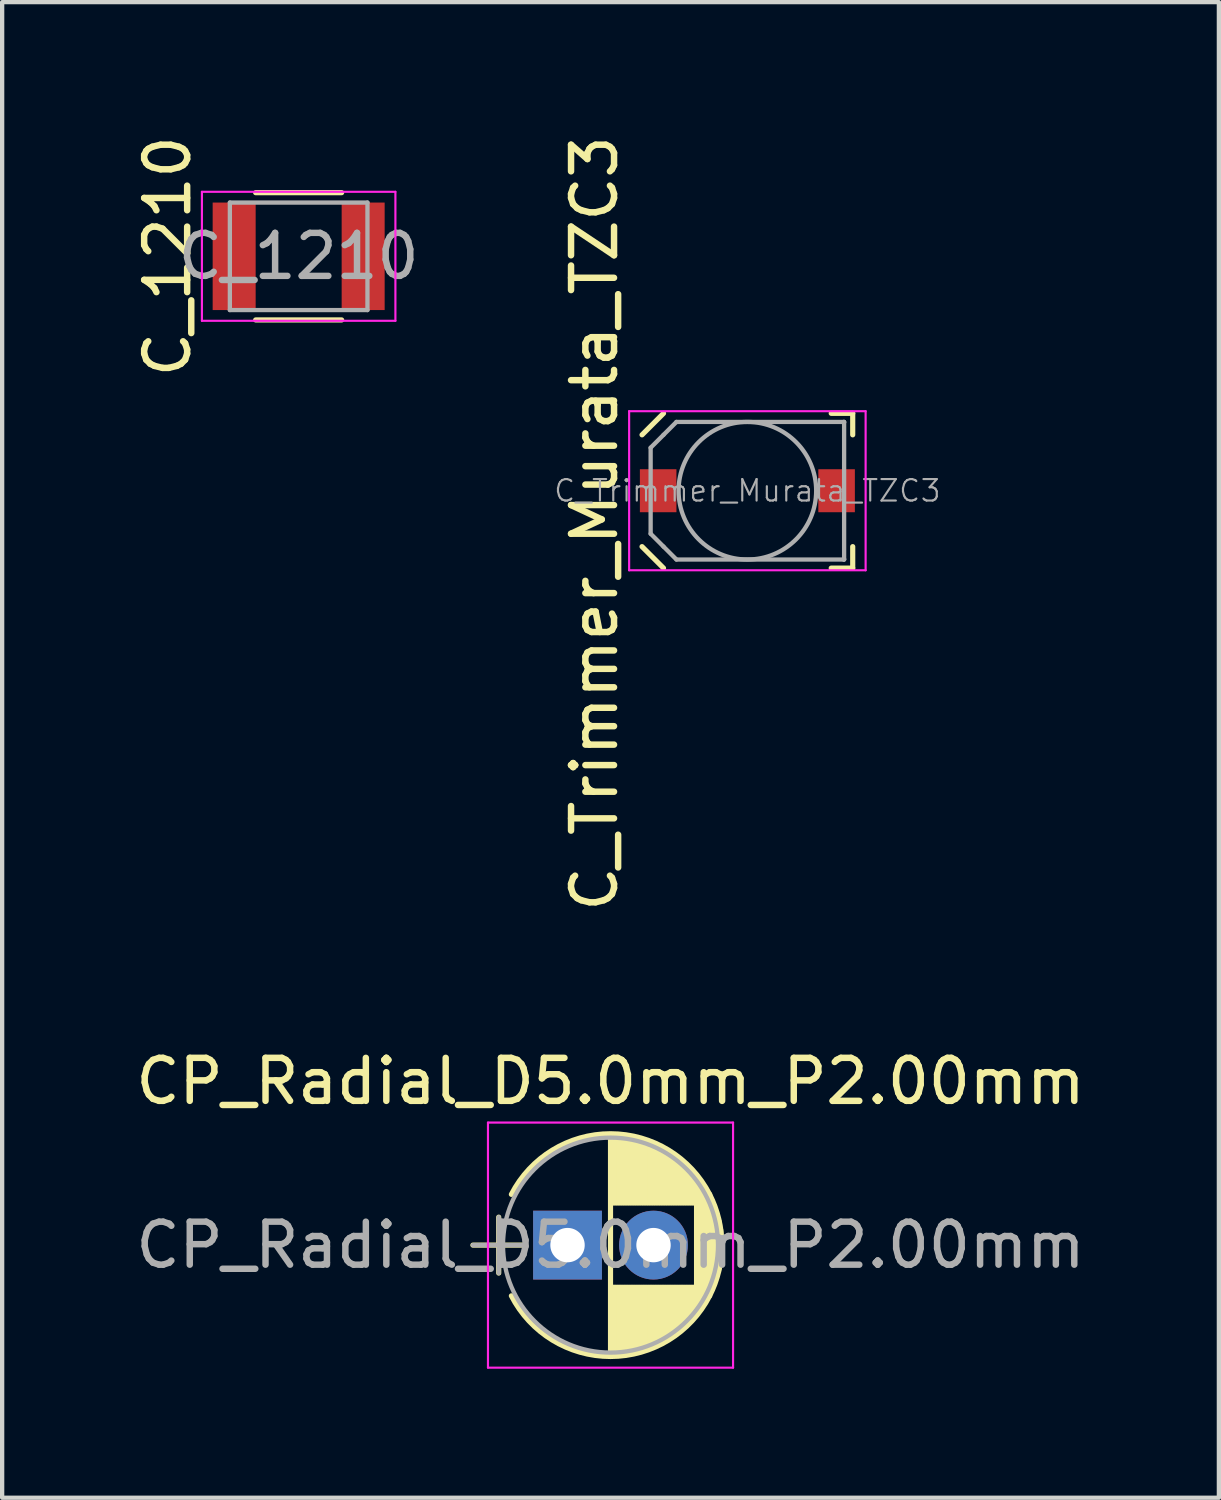
<source format=kicad_pcb>
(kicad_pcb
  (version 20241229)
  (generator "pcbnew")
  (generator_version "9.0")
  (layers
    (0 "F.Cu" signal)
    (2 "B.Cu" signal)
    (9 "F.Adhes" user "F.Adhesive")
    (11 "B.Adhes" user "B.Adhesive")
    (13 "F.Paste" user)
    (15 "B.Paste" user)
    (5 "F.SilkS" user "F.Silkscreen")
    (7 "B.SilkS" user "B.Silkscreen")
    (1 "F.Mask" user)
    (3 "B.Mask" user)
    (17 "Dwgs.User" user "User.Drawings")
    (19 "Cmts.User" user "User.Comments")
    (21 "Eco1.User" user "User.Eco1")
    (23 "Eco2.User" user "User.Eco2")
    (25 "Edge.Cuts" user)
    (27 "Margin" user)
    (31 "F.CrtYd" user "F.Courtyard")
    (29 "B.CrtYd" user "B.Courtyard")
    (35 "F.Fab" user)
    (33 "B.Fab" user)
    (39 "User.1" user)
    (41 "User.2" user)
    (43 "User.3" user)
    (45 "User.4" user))
  (footprint "CP_Radial_D5.0mm_P2.00mm"
    (layer "F.Cu")
    (at 10.149 25.908)
    (property "Reference" "CP_Radial_D5.0mm_P2.00mm" (at 1 -3.81 0) (layer "F.SilkS") (effects (font (size 1 1) (thickness 0.15))))
    (attr through_hole)
    (fp_line (start -2.2 0) (end -1 0) (stroke (width 0.12) (type solid)) (layer "F.SilkS"))
    (fp_line (start -1.6 -0.65) (end -1.6 0.65) (stroke (width 0.12) (type solid)) (layer "F.SilkS"))
    (fp_line (start 1 -2.55) (end 1 2.55) (stroke (width 0.12) (type solid)) (layer "F.SilkS"))
    (fp_line (start 1.04 -2.55) (end 1.04 -0.98) (stroke (width 0.12) (type solid)) (layer "F.SilkS"))
    (fp_line (start 1.04 0.98) (end 1.04 2.55) (stroke (width 0.12) (type solid)) (layer "F.SilkS"))
    (fp_line (start 1.08 -2.549) (end 1.08 -0.98) (stroke (width 0.12) (type solid)) (layer "F.SilkS"))
    (fp_line (start 1.08 0.98) (end 1.08 2.549) (stroke (width 0.12) (type solid)) (layer "F.SilkS"))
    (fp_line (start 1.12 -2.548) (end 1.12 -0.98) (stroke (width 0.12) (type solid)) (layer "F.SilkS"))
    (fp_line (start 1.12 0.98) (end 1.12 2.548) (stroke (width 0.12) (type solid)) (layer "F.SilkS"))
    (fp_line (start 1.16 -2.546) (end 1.16 -0.98) (stroke (width 0.12) (type solid)) (layer "F.SilkS"))
    (fp_line (start 1.16 0.98) (end 1.16 2.546) (stroke (width 0.12) (type solid)) (layer "F.SilkS"))
    (fp_line (start 1.2 -2.543) (end 1.2 -0.98) (stroke (width 0.12) (type solid)) (layer "F.SilkS"))
    (fp_line (start 1.2 0.98) (end 1.2 2.543) (stroke (width 0.12) (type solid)) (layer "F.SilkS"))
    (fp_line (start 1.24 -2.539) (end 1.24 -0.98) (stroke (width 0.12) (type solid)) (layer "F.SilkS"))
    (fp_line (start 1.24 0.98) (end 1.24 2.539) (stroke (width 0.12) (type solid)) (layer "F.SilkS"))
    (fp_line (start 1.28 -2.535) (end 1.28 -0.98) (stroke (width 0.12) (type solid)) (layer "F.SilkS"))
    (fp_line (start 1.28 0.98) (end 1.28 2.535) (stroke (width 0.12) (type solid)) (layer "F.SilkS"))
    (fp_line (start 1.32 -2.531) (end 1.32 -0.98) (stroke (width 0.12) (type solid)) (layer "F.SilkS"))
    (fp_line (start 1.32 0.98) (end 1.32 2.531) (stroke (width 0.12) (type solid)) (layer "F.SilkS"))
    (fp_line (start 1.36 -2.525) (end 1.36 -0.98) (stroke (width 0.12) (type solid)) (layer "F.SilkS"))
    (fp_line (start 1.36 0.98) (end 1.36 2.525) (stroke (width 0.12) (type solid)) (layer "F.SilkS"))
    (fp_line (start 1.4 -2.519) (end 1.4 -0.98) (stroke (width 0.12) (type solid)) (layer "F.SilkS"))
    (fp_line (start 1.4 0.98) (end 1.4 2.519) (stroke (width 0.12) (type solid)) (layer "F.SilkS"))
    (fp_line (start 1.44 -2.513) (end 1.44 -0.98) (stroke (width 0.12) (type solid)) (layer "F.SilkS"))
    (fp_line (start 1.44 0.98) (end 1.44 2.513) (stroke (width 0.12) (type solid)) (layer "F.SilkS"))
    (fp_line (start 1.48 -2.506) (end 1.48 -0.98) (stroke (width 0.12) (type solid)) (layer "F.SilkS"))
    (fp_line (start 1.48 0.98) (end 1.48 2.506) (stroke (width 0.12) (type solid)) (layer "F.SilkS"))
    (fp_line (start 1.52 -2.498) (end 1.52 -0.98) (stroke (width 0.12) (type solid)) (layer "F.SilkS"))
    (fp_line (start 1.52 0.98) (end 1.52 2.498) (stroke (width 0.12) (type solid)) (layer "F.SilkS"))
    (fp_line (start 1.56 -2.489) (end 1.56 -0.98) (stroke (width 0.12) (type solid)) (layer "F.SilkS"))
    (fp_line (start 1.56 0.98) (end 1.56 2.489) (stroke (width 0.12) (type solid)) (layer "F.SilkS"))
    (fp_line (start 1.6 -2.48) (end 1.6 -0.98) (stroke (width 0.12) (type solid)) (layer "F.SilkS"))
    (fp_line (start 1.6 0.98) (end 1.6 2.48) (stroke (width 0.12) (type solid)) (layer "F.SilkS"))
    (fp_line (start 1.64 -2.47) (end 1.64 -0.98) (stroke (width 0.12) (type solid)) (layer "F.SilkS"))
    (fp_line (start 1.64 0.98) (end 1.64 2.47) (stroke (width 0.12) (type solid)) (layer "F.SilkS"))
    (fp_line (start 1.68 -2.46) (end 1.68 -0.98) (stroke (width 0.12) (type solid)) (layer "F.SilkS"))
    (fp_line (start 1.68 0.98) (end 1.68 2.46) (stroke (width 0.12) (type solid)) (layer "F.SilkS"))
    (fp_line (start 1.721 -2.448) (end 1.721 -0.98) (stroke (width 0.12) (type solid)) (layer "F.SilkS"))
    (fp_line (start 1.721 0.98) (end 1.721 2.448) (stroke (width 0.12) (type solid)) (layer "F.SilkS"))
    (fp_line (start 1.761 -2.436) (end 1.761 -0.98) (stroke (width 0.12) (type solid)) (layer "F.SilkS"))
    (fp_line (start 1.761 0.98) (end 1.761 2.436) (stroke (width 0.12) (type solid)) (layer "F.SilkS"))
    (fp_line (start 1.801 -2.424) (end 1.801 -0.98) (stroke (width 0.12) (type solid)) (layer "F.SilkS"))
    (fp_line (start 1.801 0.98) (end 1.801 2.424) (stroke (width 0.12) (type solid)) (layer "F.SilkS"))
    (fp_line (start 1.841 -2.41) (end 1.841 -0.98) (stroke (width 0.12) (type solid)) (layer "F.SilkS"))
    (fp_line (start 1.841 0.98) (end 1.841 2.41) (stroke (width 0.12) (type solid)) (layer "F.SilkS"))
    (fp_line (start 1.881 -2.396) (end 1.881 -0.98) (stroke (width 0.12) (type solid)) (layer "F.SilkS"))
    (fp_line (start 1.881 0.98) (end 1.881 2.396) (stroke (width 0.12) (type solid)) (layer "F.SilkS"))
    (fp_line (start 1.921 -2.382) (end 1.921 -0.98) (stroke (width 0.12) (type solid)) (layer "F.SilkS"))
    (fp_line (start 1.921 0.98) (end 1.921 2.382) (stroke (width 0.12) (type solid)) (layer "F.SilkS"))
    (fp_line (start 1.961 -2.366) (end 1.961 -0.98) (stroke (width 0.12) (type solid)) (layer "F.SilkS"))
    (fp_line (start 1.961 0.98) (end 1.961 2.366) (stroke (width 0.12) (type solid)) (layer "F.SilkS"))
    (fp_line (start 2.001 -2.35) (end 2.001 -0.98) (stroke (width 0.12) (type solid)) (layer "F.SilkS"))
    (fp_line (start 2.001 0.98) (end 2.001 2.35) (stroke (width 0.12) (type solid)) (layer "F.SilkS"))
    (fp_line (start 2.041 -2.333) (end 2.041 -0.98) (stroke (width 0.12) (type solid)) (layer "F.SilkS"))
    (fp_line (start 2.041 0.98) (end 2.041 2.333) (stroke (width 0.12) (type solid)) (layer "F.SilkS"))
    (fp_line (start 2.081 -2.315) (end 2.081 -0.98) (stroke (width 0.12) (type solid)) (layer "F.SilkS"))
    (fp_line (start 2.081 0.98) (end 2.081 2.315) (stroke (width 0.12) (type solid)) (layer "F.SilkS"))
    (fp_line (start 2.121 -2.296) (end 2.121 -0.98) (stroke (width 0.12) (type solid)) (layer "F.SilkS"))
    (fp_line (start 2.121 0.98) (end 2.121 2.296) (stroke (width 0.12) (type solid)) (layer "F.SilkS"))
    (fp_line (start 2.161 -2.276) (end 2.161 -0.98) (stroke (width 0.12) (type solid)) (layer "F.SilkS"))
    (fp_line (start 2.161 0.98) (end 2.161 2.276) (stroke (width 0.12) (type solid)) (layer "F.SilkS"))
    (fp_line (start 2.201 -2.256) (end 2.201 -0.98) (stroke (width 0.12) (type solid)) (layer "F.SilkS"))
    (fp_line (start 2.201 0.98) (end 2.201 2.256) (stroke (width 0.12) (type solid)) (layer "F.SilkS"))
    (fp_line (start 2.241 -2.234) (end 2.241 -0.98) (stroke (width 0.12) (type solid)) (layer "F.SilkS"))
    (fp_line (start 2.241 0.98) (end 2.241 2.234) (stroke (width 0.12) (type solid)) (layer "F.SilkS"))
    (fp_line (start 2.281 -2.212) (end 2.281 -0.98) (stroke (width 0.12) (type solid)) (layer "F.SilkS"))
    (fp_line (start 2.281 0.98) (end 2.281 2.212) (stroke (width 0.12) (type solid)) (layer "F.SilkS"))
    (fp_line (start 2.321 -2.189) (end 2.321 -0.98) (stroke (width 0.12) (type solid)) (layer "F.SilkS"))
    (fp_line (start 2.321 0.98) (end 2.321 2.189) (stroke (width 0.12) (type solid)) (layer "F.SilkS"))
    (fp_line (start 2.361 -2.165) (end 2.361 -0.98) (stroke (width 0.12) (type solid)) (layer "F.SilkS"))
    (fp_line (start 2.361 0.98) (end 2.361 2.165) (stroke (width 0.12) (type solid)) (layer "F.SilkS"))
    (fp_line (start 2.401 -2.14) (end 2.401 -0.98) (stroke (width 0.12) (type solid)) (layer "F.SilkS"))
    (fp_line (start 2.401 0.98) (end 2.401 2.14) (stroke (width 0.12) (type solid)) (layer "F.SilkS"))
    (fp_line (start 2.441 -2.113) (end 2.441 -0.98) (stroke (width 0.12) (type solid)) (layer "F.SilkS"))
    (fp_line (start 2.441 0.98) (end 2.441 2.113) (stroke (width 0.12) (type solid)) (layer "F.SilkS"))
    (fp_line (start 2.481 -2.086) (end 2.481 -0.98) (stroke (width 0.12) (type solid)) (layer "F.SilkS"))
    (fp_line (start 2.481 0.98) (end 2.481 2.086) (stroke (width 0.12) (type solid)) (layer "F.SilkS"))
    (fp_line (start 2.521 -2.058) (end 2.521 -0.98) (stroke (width 0.12) (type solid)) (layer "F.SilkS"))
    (fp_line (start 2.521 0.98) (end 2.521 2.058) (stroke (width 0.12) (type solid)) (layer "F.SilkS"))
    (fp_line (start 2.561 -2.028) (end 2.561 -0.98) (stroke (width 0.12) (type solid)) (layer "F.SilkS"))
    (fp_line (start 2.561 0.98) (end 2.561 2.028) (stroke (width 0.12) (type solid)) (layer "F.SilkS"))
    (fp_line (start 2.601 -1.997) (end 2.601 -0.98) (stroke (width 0.12) (type solid)) (layer "F.SilkS"))
    (fp_line (start 2.601 0.98) (end 2.601 1.997) (stroke (width 0.12) (type solid)) (layer "F.SilkS"))
    (fp_line (start 2.641 -1.965) (end 2.641 -0.98) (stroke (width 0.12) (type solid)) (layer "F.SilkS"))
    (fp_line (start 2.641 0.98) (end 2.641 1.965) (stroke (width 0.12) (type solid)) (layer "F.SilkS"))
    (fp_line (start 2.681 -1.932) (end 2.681 -0.98) (stroke (width 0.12) (type solid)) (layer "F.SilkS"))
    (fp_line (start 2.681 0.98) (end 2.681 1.932) (stroke (width 0.12) (type solid)) (layer "F.SilkS"))
    (fp_line (start 2.721 -1.897) (end 2.721 -0.98) (stroke (width 0.12) (type solid)) (layer "F.SilkS"))
    (fp_line (start 2.721 0.98) (end 2.721 1.897) (stroke (width 0.12) (type solid)) (layer "F.SilkS"))
    (fp_line (start 2.761 -1.861) (end 2.761 -0.98) (stroke (width 0.12) (type solid)) (layer "F.SilkS"))
    (fp_line (start 2.761 0.98) (end 2.761 1.861) (stroke (width 0.12) (type solid)) (layer "F.SilkS"))
    (fp_line (start 2.801 -1.823) (end 2.801 -0.98) (stroke (width 0.12) (type solid)) (layer "F.SilkS"))
    (fp_line (start 2.801 0.98) (end 2.801 1.823) (stroke (width 0.12) (type solid)) (layer "F.SilkS"))
    (fp_line (start 2.841 -1.783) (end 2.841 -0.98) (stroke (width 0.12) (type solid)) (layer "F.SilkS"))
    (fp_line (start 2.841 0.98) (end 2.841 1.783) (stroke (width 0.12) (type solid)) (layer "F.SilkS"))
    (fp_line (start 2.881 -1.742) (end 2.881 -0.98) (stroke (width 0.12) (type solid)) (layer "F.SilkS"))
    (fp_line (start 2.881 0.98) (end 2.881 1.742) (stroke (width 0.12) (type solid)) (layer "F.SilkS"))
    (fp_line (start 2.921 -1.699) (end 2.921 -0.98) (stroke (width 0.12) (type solid)) (layer "F.SilkS"))
    (fp_line (start 2.921 0.98) (end 2.921 1.699) (stroke (width 0.12) (type solid)) (layer "F.SilkS"))
    (fp_line (start 2.961 -1.654) (end 2.961 -0.98) (stroke (width 0.12) (type solid)) (layer "F.SilkS"))
    (fp_line (start 2.961 0.98) (end 2.961 1.654) (stroke (width 0.12) (type solid)) (layer "F.SilkS"))
    (fp_line (start 3.001 -1.606) (end 3.001 1.606) (stroke (width 0.12) (type solid)) (layer "F.SilkS"))
    (fp_line (start 3.041 -1.556) (end 3.041 1.556) (stroke (width 0.12) (type solid)) (layer "F.SilkS"))
    (fp_line (start 3.081 -1.504) (end 3.081 1.504) (stroke (width 0.12) (type solid)) (layer "F.SilkS"))
    (fp_line (start 3.121 -1.448) (end 3.121 1.448) (stroke (width 0.12) (type solid)) (layer "F.SilkS"))
    (fp_line (start 3.161 -1.39) (end 3.161 1.39) (stroke (width 0.12) (type solid)) (layer "F.SilkS"))
    (fp_line (start 3.201 -1.327) (end 3.201 1.327) (stroke (width 0.12) (type solid)) (layer "F.SilkS"))
    (fp_line (start 3.241 -1.261) (end 3.241 1.261) (stroke (width 0.12) (type solid)) (layer "F.SilkS"))
    (fp_line (start 3.281 -1.189) (end 3.281 1.189) (stroke (width 0.12) (type solid)) (layer "F.SilkS"))
    (fp_line (start 3.321 -1.112) (end 3.321 1.112) (stroke (width 0.12) (type solid)) (layer "F.SilkS"))
    (fp_line (start 3.361 -1.028) (end 3.361 1.028) (stroke (width 0.12) (type solid)) (layer "F.SilkS"))
    (fp_line (start 3.401 -0.934) (end 3.401 0.934) (stroke (width 0.12) (type solid)) (layer "F.SilkS"))
    (fp_line (start 3.441 -0.829) (end 3.441 0.829) (stroke (width 0.12) (type solid)) (layer "F.SilkS"))
    (fp_line (start 3.481 -0.707) (end 3.481 0.707) (stroke (width 0.12) (type solid)) (layer "F.SilkS"))
    (fp_line (start 3.521 -0.559) (end 3.521 0.559) (stroke (width 0.12) (type solid)) (layer "F.SilkS"))
    (fp_line (start 3.561 -0.354) (end 3.561 0.354) (stroke (width 0.12) (type solid)) (layer "F.SilkS"))
    (fp_arc (start -1.30558 -1.18) (mid 1.000156 -2.59) (end 3.305722 -1.179722) (stroke (width 0.12) (type solid)) (layer "F.SilkS"))
    (fp_arc (start 3.30558 -1.18) (mid 3.59 -0.000156) (end 3.305722 1.179722) (stroke (width 0.12) (type solid)) (layer "F.SilkS"))
    (fp_arc (start 3.305722 1.179722) (mid 1.000156 2.59) (end -1.30558 1.18) (stroke (width 0.12) (type solid)) (layer "F.SilkS"))
    (fp_line (start -1.85 -2.85) (end -1.85 2.85) (stroke (width 0.05) (type solid)) (layer "F.CrtYd"))
    (fp_line (start -1.85 2.85) (end 3.85 2.85) (stroke (width 0.05) (type solid)) (layer "F.CrtYd"))
    (fp_line (start 3.85 -2.85) (end -1.85 -2.85) (stroke (width 0.05) (type solid)) (layer "F.CrtYd"))
    (fp_line (start 3.85 2.85) (end 3.85 -2.85) (stroke (width 0.05) (type solid)) (layer "F.CrtYd"))
    (fp_line (start -2.2 0) (end -1 0) (stroke (width 0.1) (type solid)) (layer "F.Fab"))
    (fp_line (start -1.6 -0.65) (end -1.6 0.65) (stroke (width 0.1) (type solid)) (layer "F.Fab"))
    (fp_circle (center 1 0) (end 3.5 0) (stroke (width 0.1) (type solid)) (fill no) (layer "F.Fab"))
    (fp_text user "${REFERENCE}" (at 1 0 0) (layer "F.Fab") (effects (font (size 1 1) (thickness 0.15))))
    (pad "1" thru_hole rect (at 0 0) (size 1.6 1.6) (drill 0.8) (layers "*.Cu" "*.Mask"))
    (pad "2" thru_hole circle (at 2 0) (size 1.6 1.6) (drill 0.8) (layers "*.Cu" "*.Mask")))
  (footprint "C_Trimmer_Murata_TZC3"
    (layer "F.Cu")
    (at 14.332 8.363)
    (property "Reference" "C_Trimmer_Murata_TZC3" (at -3.556 0.762 270) (layer "F.SilkS") (effects (font (size 1 1) (thickness 0.15))))
    (attr smd)
    (fp_line (start -2.45 -1.3) (end -1.95 -1.8) (stroke (width 0.12) (type solid)) (layer "F.SilkS"))
    (fp_line (start -2.45 1.3) (end -1.95 1.8) (stroke (width 0.12) (type solid)) (layer "F.SilkS"))
    (fp_line (start 2.45 -1.8) (end 1.95 -1.8) (stroke (width 0.12) (type solid)) (layer "F.SilkS"))
    (fp_line (start 2.45 -1.8) (end 2.45 -1.3) (stroke (width 0.12) (type solid)) (layer "F.SilkS"))
    (fp_line (start 2.45 1.8) (end 1.95 1.8) (stroke (width 0.12) (type solid)) (layer "F.SilkS"))
    (fp_line (start 2.45 1.8) (end 2.45 1.3) (stroke (width 0.12) (type solid)) (layer "F.SilkS"))
    (fp_line (start -2.75 -1.85) (end -2.75 1.85) (stroke (width 0.05) (type solid)) (layer "F.CrtYd"))
    (fp_line (start -2.75 1.85) (end 2.75 1.85) (stroke (width 0.05) (type solid)) (layer "F.CrtYd"))
    (fp_line (start 2.75 -1.85) (end -2.75 -1.85) (stroke (width 0.05) (type solid)) (layer "F.CrtYd"))
    (fp_line (start 2.75 1.85) (end 2.75 -1.85) (stroke (width 0.05) (type solid)) (layer "F.CrtYd"))
    (fp_line (start -2.25 -1) (end -1.95 -1.3) (stroke (width 0.1) (type solid)) (layer "F.Fab"))
    (fp_line (start -2.25 1) (end -2.25 -1) (stroke (width 0.1) (type solid)) (layer "F.Fab"))
    (fp_line (start -1.95 -1.3) (end -1.65 -1.6) (stroke (width 0.1) (type solid)) (layer "F.Fab"))
    (fp_line (start -1.95 1.3) (end -2.25 1) (stroke (width 0.1) (type solid)) (layer "F.Fab"))
    (fp_line (start -1.65 -1.6) (end 2.24 -1.6) (stroke (width 0.1) (type solid)) (layer "F.Fab"))
    (fp_line (start -1.65 1.6) (end -1.95 1.3) (stroke (width 0.1) (type solid)) (layer "F.Fab"))
    (fp_line (start 2.24 -1.6) (end 2.25 -1.6) (stroke (width 0.1) (type solid)) (layer "F.Fab"))
    (fp_line (start 2.24 1.6) (end -1.65 1.6) (stroke (width 0.1) (type solid)) (layer "F.Fab"))
    (fp_line (start 2.25 -1.6) (end 2.25 -1.59) (stroke (width 0.1) (type solid)) (layer "F.Fab"))
    (fp_line (start 2.25 -1.59) (end 2.25 1.59) (stroke (width 0.1) (type solid)) (layer "F.Fab"))
    (fp_line (start 2.25 1.59) (end 2.25 1.6) (stroke (width 0.1) (type solid)) (layer "F.Fab"))
    (fp_line (start 2.25 1.6) (end 2.24 1.6) (stroke (width 0.1) (type solid)) (layer "F.Fab"))
    (fp_circle (center 0 0) (end 1.6 0) (stroke (width 0.1) (type solid)) (fill no) (layer "F.Fab"))
    (fp_text user "${REFERENCE}" (at 0 0 0) (layer "F.Fab") (effects (font (size 0.5 0.5) (thickness 0.05))))
    (pad "1" smd rect (at -2.075 0) (size 0.85 1) (layers "F.Cu" "F.Mask" "F.Paste"))
    (pad "2" smd rect (at 2.075 0) (size 0.85 1) (layers "F.Cu" "F.Mask" "F.Paste")))
  (footprint "C_1210"
    (layer "F.Cu")
    (at 3.896 2.911)
    (property "Reference" "C_1210" (at -3.048 0 90) (layer "F.SilkS") (effects (font (size 1 1) (thickness 0.15))))
    (attr smd)
    (fp_line (start -1 1.48) (end 1 1.48) (stroke (width 0.12) (type solid)) (layer "F.SilkS"))
    (fp_line (start 1 -1.48) (end -1 -1.48) (stroke (width 0.12) (type solid)) (layer "F.SilkS"))
    (fp_line (start -2.25 -1.5) (end -2.25 1.5) (stroke (width 0.05) (type solid)) (layer "F.CrtYd"))
    (fp_line (start -2.25 -1.5) (end 2.25 -1.5) (stroke (width 0.05) (type solid)) (layer "F.CrtYd"))
    (fp_line (start 2.25 1.5) (end -2.25 1.5) (stroke (width 0.05) (type solid)) (layer "F.CrtYd"))
    (fp_line (start 2.25 1.5) (end 2.25 -1.5) (stroke (width 0.05) (type solid)) (layer "F.CrtYd"))
    (fp_line (start -1.6 -1.25) (end 1.6 -1.25) (stroke (width 0.1) (type solid)) (layer "F.Fab"))
    (fp_line (start -1.6 1.25) (end -1.6 -1.25) (stroke (width 0.1) (type solid)) (layer "F.Fab"))
    (fp_line (start 1.6 -1.25) (end 1.6 1.25) (stroke (width 0.1) (type solid)) (layer "F.Fab"))
    (fp_line (start 1.6 1.25) (end -1.6 1.25) (stroke (width 0.1) (type solid)) (layer "F.Fab"))
    (fp_text user "${REFERENCE}" (at 0 0 0) (layer "F.Fab") (effects (font (size 1 1) (thickness 0.15))))
    (pad "1" smd rect (at -1.5 0) (size 1 2.5) (layers "F.Cu" "F.Mask" "F.Paste"))
    (pad "2" smd rect (at 1.5 0) (size 1 2.5) (layers "F.Cu" "F.Mask" "F.Paste")))
  (gr_rect
    (start -3 -3)
    (end 25.298 31.783)
    (stroke (width 0.1) (type default))
    (fill no)
    (layer "Edge.Cuts")))
</source>
